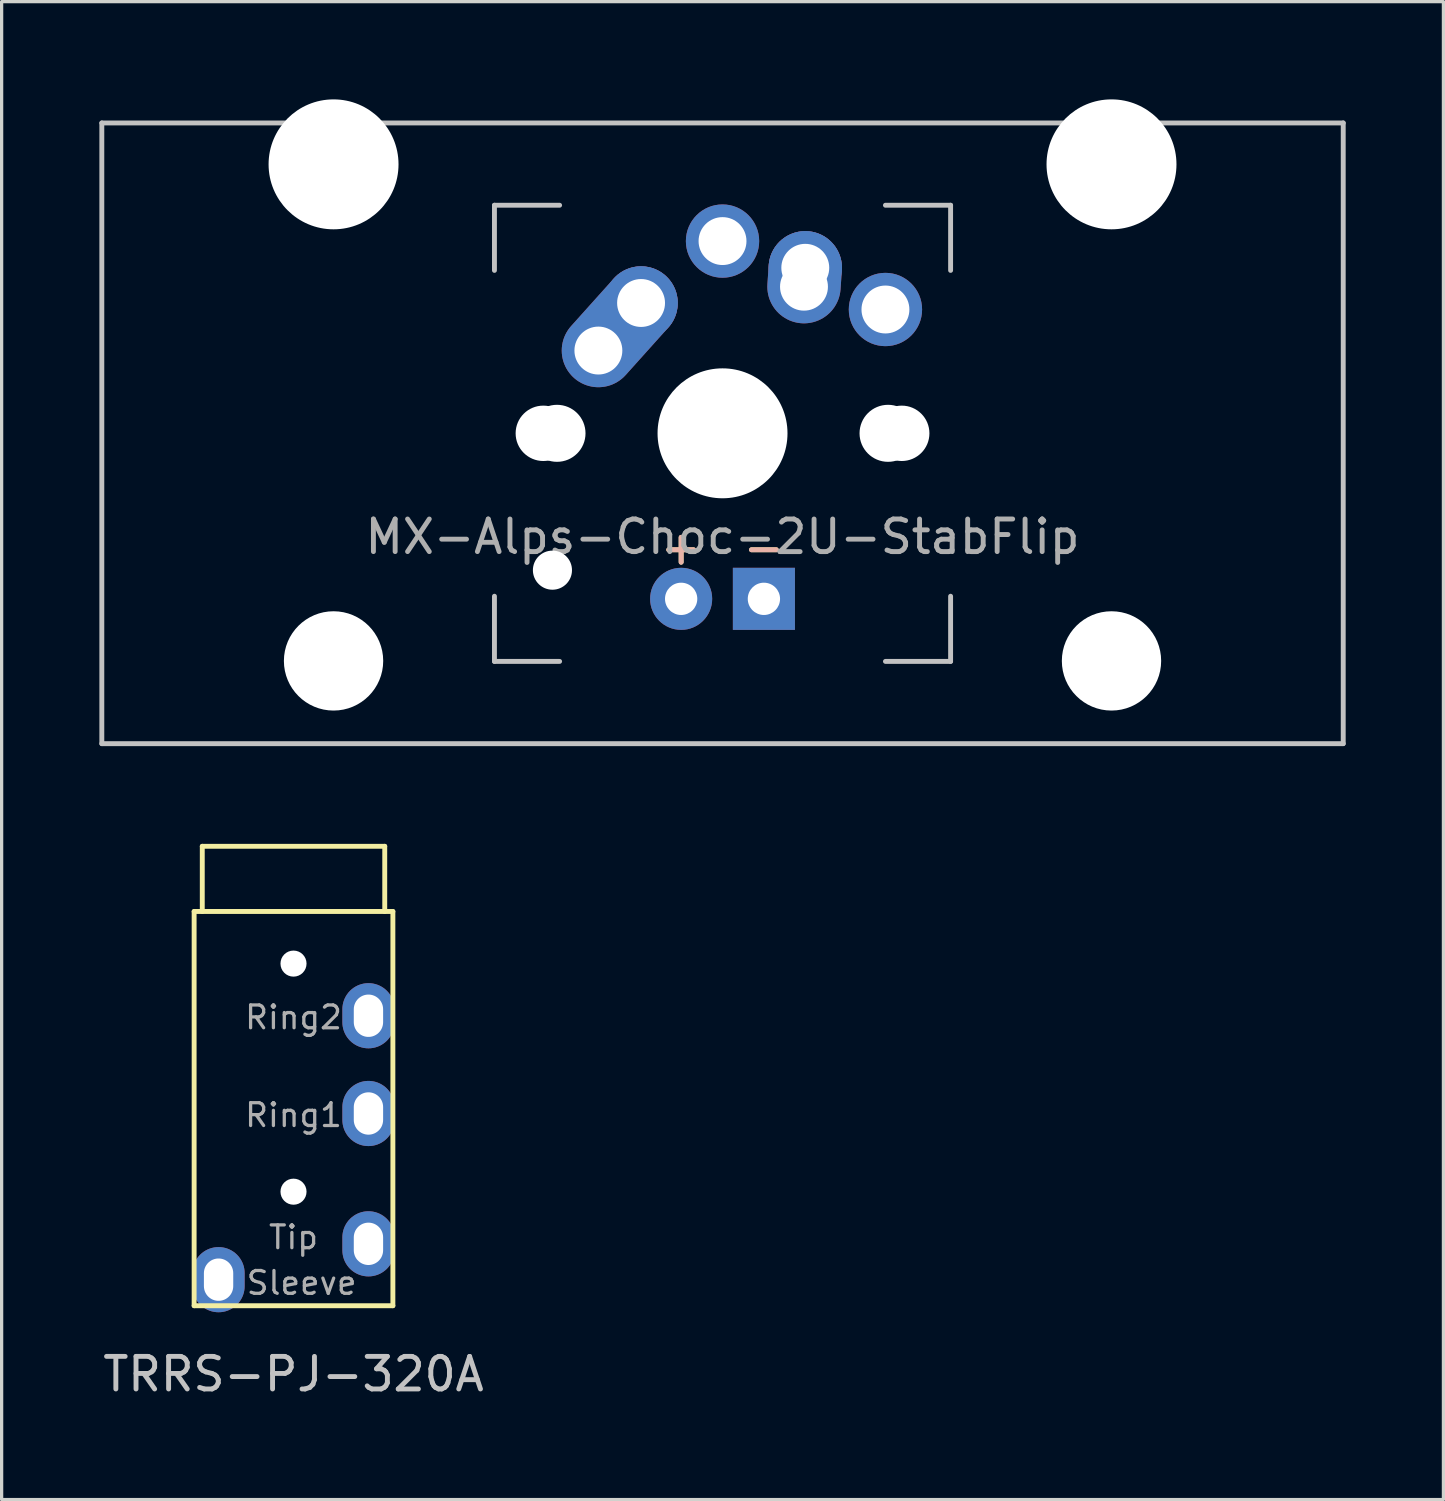
<source format=kicad_pcb>
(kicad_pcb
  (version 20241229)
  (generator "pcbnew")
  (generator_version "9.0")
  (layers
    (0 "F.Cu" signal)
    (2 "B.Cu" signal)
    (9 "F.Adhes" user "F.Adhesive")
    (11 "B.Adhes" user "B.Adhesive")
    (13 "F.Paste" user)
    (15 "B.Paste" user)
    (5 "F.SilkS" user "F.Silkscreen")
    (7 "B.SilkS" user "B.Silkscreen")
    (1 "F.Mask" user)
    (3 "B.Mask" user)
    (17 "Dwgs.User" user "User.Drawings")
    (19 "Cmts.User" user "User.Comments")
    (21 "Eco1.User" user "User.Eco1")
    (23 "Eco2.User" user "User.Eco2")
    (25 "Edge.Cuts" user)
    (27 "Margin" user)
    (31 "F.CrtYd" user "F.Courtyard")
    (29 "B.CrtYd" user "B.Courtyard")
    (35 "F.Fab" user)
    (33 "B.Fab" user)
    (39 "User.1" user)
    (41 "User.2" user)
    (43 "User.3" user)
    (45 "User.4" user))
  (footprint "MX-Alps-Choc-2U-StabFlip"
    (layer "F.Cu")
    (at 19.125 10.249)
    (property "Reference" "MX-Alps-Choc-2U-StabFlip" (at 0 3.175 0) (layer "F.Fab") (effects (font (size 1 1) (thickness 0.15))))
    (attr through_hole)
    (fp_line (start -19.05 -9.525) (end 19.05 -9.525) (stroke (width 0.15) (type solid)) (layer "Dwgs.User"))
    (fp_line (start -19.05 9.525) (end -19.05 -9.525) (stroke (width 0.15) (type solid)) (layer "Dwgs.User"))
    (fp_line (start -7 -7) (end -7 -5) (stroke (width 0.15) (type solid)) (layer "Dwgs.User"))
    (fp_line (start -7 5) (end -7 7) (stroke (width 0.15) (type solid)) (layer "Dwgs.User"))
    (fp_line (start -7 7) (end -5 7) (stroke (width 0.15) (type solid)) (layer "Dwgs.User"))
    (fp_line (start -5 -7) (end -7 -7) (stroke (width 0.15) (type solid)) (layer "Dwgs.User"))
    (fp_line (start 5 -7) (end 7 -7) (stroke (width 0.15) (type solid)) (layer "Dwgs.User"))
    (fp_line (start 5 7) (end 7 7) (stroke (width 0.15) (type solid)) (layer "Dwgs.User"))
    (fp_line (start 7 -7) (end 7 -5) (stroke (width 0.15) (type solid)) (layer "Dwgs.User"))
    (fp_line (start 7 7) (end 7 5) (stroke (width 0.15) (type solid)) (layer "Dwgs.User"))
    (fp_line (start 19.05 -9.525) (end 19.05 9.525) (stroke (width 0.15) (type solid)) (layer "Dwgs.User"))
    (fp_line (start 19.05 9.525) (end -19.05 9.525) (stroke (width 0.15) (type solid)) (layer "Dwgs.User"))
    (fp_text user "-" (at 1.27 3.5 0) (layer "F.SilkS") (effects (font (size 1 1) (thickness 0.15))))
    (fp_text user "+" (at -1.27 3.5 0) (layer "F.SilkS") (effects (font (size 1 1) (thickness 0.15))))
    (fp_text user "+" (at -1.27 3.5 0) (layer "B.SilkS") (effects (font (size 1 1) (thickness 0.15))))
    (fp_text user "-" (at 1.27 3.5 0) (layer "B.SilkS") (effects (font (size 1 1) (thickness 0.15))))
    (pad "" np_thru_hole circle (at -11.938 -8.255) (size 3.988 3.988) (drill 3.988) (layers "*.Cu" "*.Mask"))
    (pad "" np_thru_hole circle (at -11.938 6.985) (size 3.048 3.048) (drill 3.048) (layers "*.Cu" "*.Mask"))
    (pad "" np_thru_hole circle (at -5.5 0 48.1) (size 1.7 1.7) (drill 1.7) (layers "*.Cu" "*.Mask"))
    (pad "" np_thru_hole circle (at -5.22 4.2 48.1) (size 1.2 1.2) (drill 1.2) (layers "*.Cu" "*.Mask"))
    (pad "" np_thru_hole circle (at -5.08 0 48.1) (size 1.75 1.75) (drill 1.75) (layers "*.Cu" "*.Mask"))
    (pad "" np_thru_hole circle (at 0 0) (size 3.988 3.988) (drill 3.988) (layers "*.Cu" "*.Mask"))
    (pad "" np_thru_hole circle (at 5.08 0 48.1) (size 1.75 1.75) (drill 1.75) (layers "*.Cu" "*.Mask"))
    (pad "" np_thru_hole circle (at 5.5 0 48.1) (size 1.7 1.7) (drill 1.7) (layers "*.Cu" "*.Mask"))
    (pad "" np_thru_hole circle (at 11.938 -8.255) (size 3.988 3.988) (drill 3.988) (layers "*.Cu" "*.Mask"))
    (pad "" np_thru_hole circle (at 11.938 6.985) (size 3.048 3.048) (drill 3.048) (layers "*.Cu" "*.Mask"))
    (pad "1" thru_hole oval (at -3.81 -2.54 48.1) (size 4.212 2.25) (drill 1.47 (offset 0.981 0)) (layers "*.Cu" "*.Mask"))
    (pad "1" thru_hole circle (at -2.5 -4) (size 2.25 2.25) (drill 1.47) (layers "*.Cu" "*.Mask"))
    (pad "1" thru_hole circle (at 0 -5.9) (size 2.25 2.25) (drill 1.47) (layers "*.Cu" "*.Mask"))
    (pad "2" thru_hole oval (at 2.5 -4.5 86.1) (size 2.831 2.25) (drill 1.47 (offset 0.291 0)) (layers "*.Cu" "*.Mask"))
    (pad "2" thru_hole circle (at 2.54 -5.08) (size 2.25 2.25) (drill 1.47) (layers "*.Cu" "*.Mask"))
    (pad "2" thru_hole circle (at 5 -3.8) (size 2.25 2.25) (drill 1.47) (layers "*.Cu" "*.Mask"))
    (pad "3" thru_hole circle (at -1.27 5.08) (size 1.905 1.905) (drill 0.991) (layers "*.Cu" "*.Mask"))
    (pad "4" thru_hole rect (at 1.27 5.08) (size 1.905 1.905) (drill 0.991) (layers "*.Cu" "*.Mask")))
  (footprint "TRRS-PJ-320A"
    (layer "F.Cu")
    (at 5.958 24.924)
    (property "Reference" "TRRS-PJ-320A" (at 0 14.2 0) (layer "Dwgs.User") (effects (font (size 1 1) (thickness 0.15))))
    (attr through_hole)
    (fp_line (start -3.05 0) (end -3.05 12.1) (stroke (width 0.15) (type solid)) (layer "F.SilkS"))
    (fp_line (start -2.8 0) (end -2.8 -2) (stroke (width 0.15) (type solid)) (layer "F.SilkS"))
    (fp_line (start 2.8 -2) (end -2.8 -2) (stroke (width 0.15) (type solid)) (layer "F.SilkS"))
    (fp_line (start 2.8 0) (end 2.8 -2) (stroke (width 0.15) (type solid)) (layer "F.SilkS"))
    (fp_line (start 3.05 0) (end -3.05 0) (stroke (width 0.15) (type solid)) (layer "F.SilkS"))
    (fp_line (start 3.05 0) (end 3.05 12.1) (stroke (width 0.15) (type solid)) (layer "F.SilkS"))
    (fp_line (start 3.05 12.1) (end -3.05 12.1) (stroke (width 0.15) (type solid)) (layer "F.SilkS"))
    (fp_text user "Ring2" (at 0 3.25 0) (layer "F.Fab") (effects (font (size 0.7 0.7) (thickness 0.1))))
    (fp_text user "Sleeve" (at 0.25 11.4 0) (layer "F.Fab") (effects (font (size 0.7 0.7) (thickness 0.1))))
    (fp_text user "Tip" (at 0 10 0) (layer "F.Fab") (effects (font (size 0.7 0.7) (thickness 0.1))))
    (fp_text user "Ring1" (at 0 6.25 0) (layer "F.Fab") (effects (font (size 0.7 0.7) (thickness 0.1))))
    (pad "" np_thru_hole circle (at 0 1.6) (size 0.8 0.8) (drill 0.8) (layers "*.Cu" "*.Mask"))
    (pad "" np_thru_hole circle (at 0 8.6) (size 0.8 0.8) (drill 0.8) (layers "*.Cu" "*.Mask"))
    (pad "R1" thru_hole oval (at 2.3 6.2) (size 1.6 2) (drill oval 0.9 1.3) (layers "*.Cu" "*.Mask"))
    (pad "R2" thru_hole oval (at 2.3 3.2) (size 1.6 2) (drill oval 0.9 1.3) (layers "*.Cu" "*.Mask"))
    (pad "S" thru_hole oval (at -2.3 11.3) (size 1.6 2) (drill oval 0.9 1.3) (layers "*.Cu" "*.Mask"))
    (pad "T" thru_hole oval (at 2.3 10.2) (size 1.6 2) (drill oval 0.9 1.3) (layers "*.Cu" "*.Mask")))
  (gr_rect
    (start -3 -3)
    (end 41.25 42.972)
    (stroke (width 0.1) (type default))
    (fill no)
    (layer "Edge.Cuts")))
</source>
